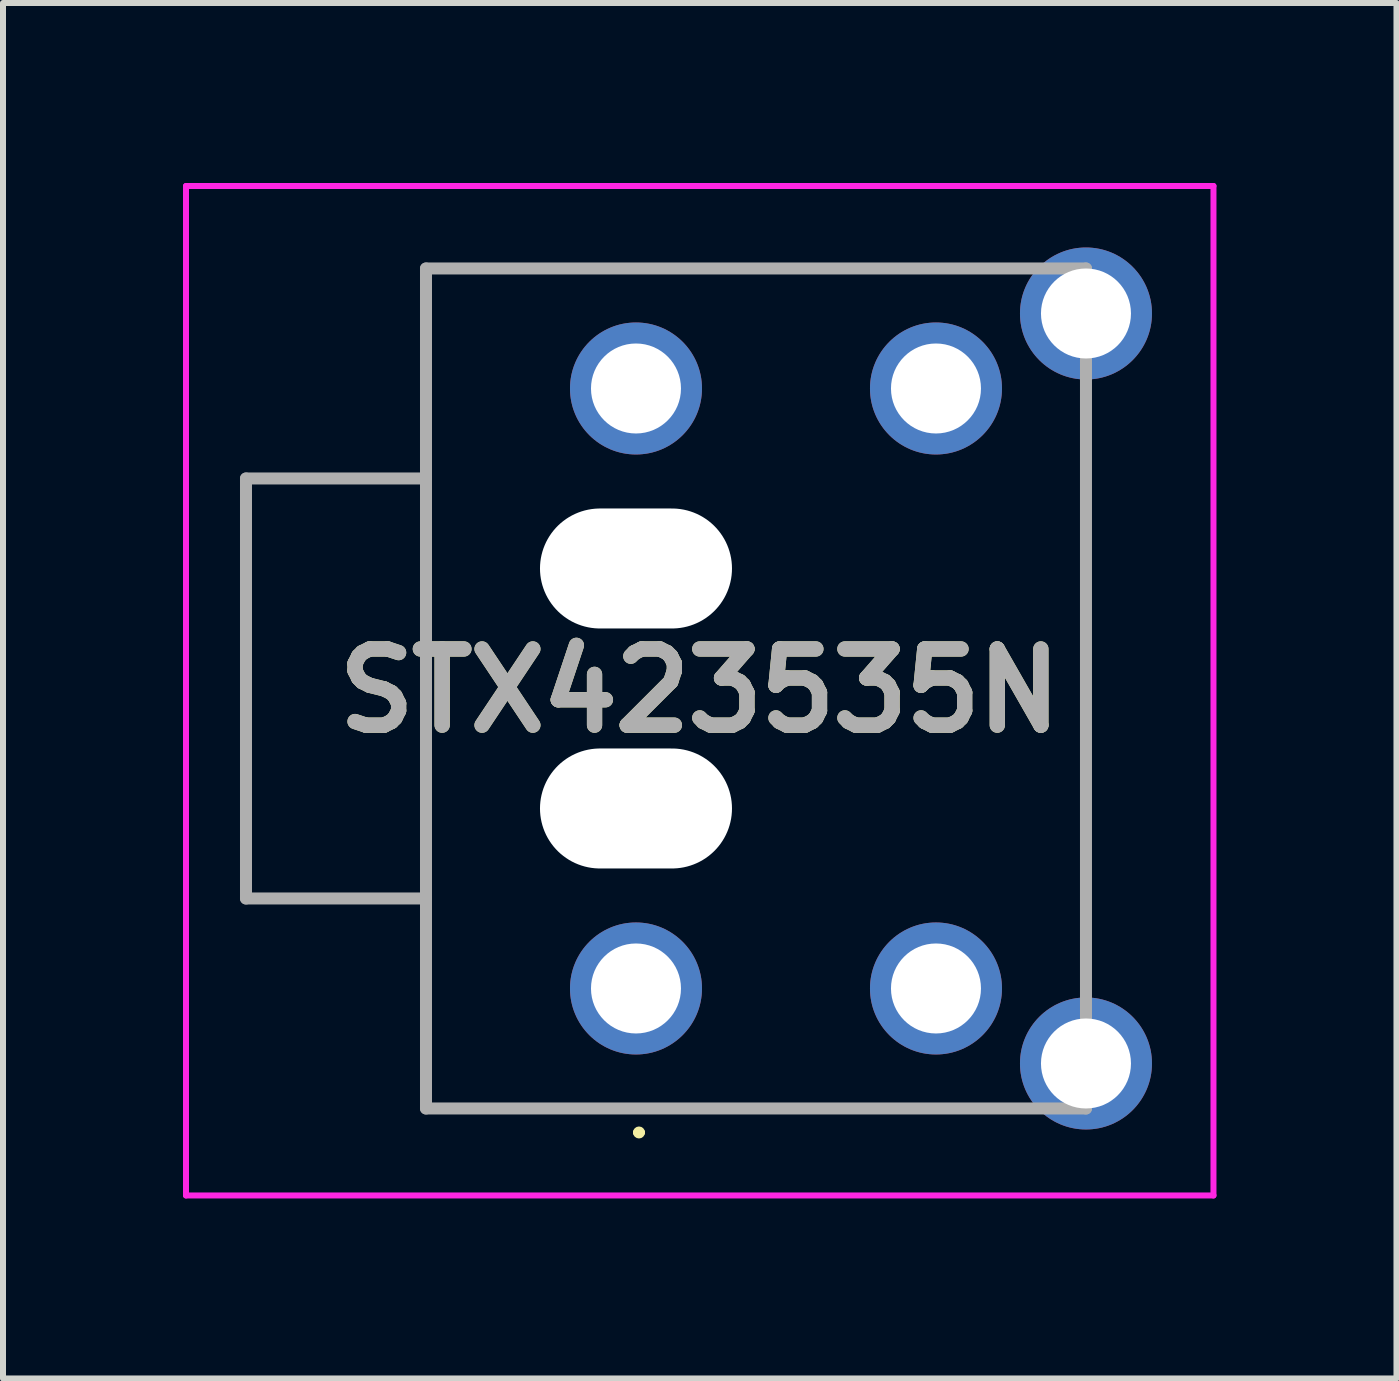
<source format=kicad_pcb>
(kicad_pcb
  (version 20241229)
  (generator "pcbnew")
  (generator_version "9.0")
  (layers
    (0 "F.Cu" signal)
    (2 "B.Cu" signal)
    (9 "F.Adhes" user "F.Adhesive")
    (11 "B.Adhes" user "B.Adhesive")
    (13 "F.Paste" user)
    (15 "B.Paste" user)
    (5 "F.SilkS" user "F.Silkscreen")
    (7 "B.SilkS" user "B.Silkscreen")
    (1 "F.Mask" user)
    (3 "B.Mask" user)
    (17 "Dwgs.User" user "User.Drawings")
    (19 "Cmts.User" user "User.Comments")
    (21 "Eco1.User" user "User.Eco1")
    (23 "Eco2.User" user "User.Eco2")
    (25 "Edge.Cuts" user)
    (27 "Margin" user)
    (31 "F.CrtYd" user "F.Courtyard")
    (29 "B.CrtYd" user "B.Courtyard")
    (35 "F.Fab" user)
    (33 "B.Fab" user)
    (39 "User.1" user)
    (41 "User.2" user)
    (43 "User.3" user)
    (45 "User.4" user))
  (footprint "STX423535N"
    (layer "F.Cu")
    (at 7.55 8.425)
    (property "Reference" "STX423535N" (at 1.063 0.037 0) (layer "F.SilkS") (effects (font (size 1.27 1.27) (thickness 0.254))))
    (attr through_hole)
    (fp_line (start -6.5 -3.5) (end -6.5 3.5) (stroke (width 0.1) (type solid)) (layer "F.SilkS"))
    (fp_line (start -6.5 3.5) (end -3.5 3.5) (stroke (width 0.1) (type solid)) (layer "F.SilkS"))
    (fp_line (start -3.6 -3.5) (end -6.5 -3.5) (stroke (width 0.1) (type solid)) (layer "F.SilkS"))
    (fp_line (start -3.5 -7) (end -3.5 7) (stroke (width 0.1) (type solid)) (layer "F.SilkS"))
    (fp_line (start -3.5 7) (end 6.2 7) (stroke (width 0.1) (type solid)) (layer "F.SilkS"))
    (fp_line (start 0 7.4) (end 0 7.4) (stroke (width 0.1) (type solid)) (layer "F.SilkS"))
    (fp_line (start 0.1 7.4) (end 0.1 7.4) (stroke (width 0.1) (type solid)) (layer "F.SilkS"))
    (fp_line (start 6.2 -7) (end -3.5 -7) (stroke (width 0.1) (type solid)) (layer "F.SilkS"))
    (fp_line (start 7.5 -4.8) (end 7.5 4.8) (stroke (width 0.1) (type solid)) (layer "F.SilkS"))
    (fp_arc (start 0 7.4) (mid 0.05 7.35) (end 0.1 7.4) (stroke (width 0.1) (type solid)) (layer "F.SilkS"))
    (fp_arc (start 0.1 7.4) (mid 0.05 7.45) (end 0 7.4) (stroke (width 0.1) (type solid)) (layer "F.SilkS"))
    (fp_line (start -7.5 -8.375) (end 9.625 -8.375) (stroke (width 0.1) (type solid)) (layer "F.CrtYd"))
    (fp_line (start -7.5 8.45) (end -7.5 -8.375) (stroke (width 0.1) (type solid)) (layer "F.CrtYd"))
    (fp_line (start 9.625 -8.375) (end 9.625 8.45) (stroke (width 0.1) (type solid)) (layer "F.CrtYd"))
    (fp_line (start 9.625 8.45) (end -7.5 8.45) (stroke (width 0.1) (type solid)) (layer "F.CrtYd"))
    (fp_line (start -6.5 -3.5) (end -6.5 3.5) (stroke (width 0.2) (type solid)) (layer "F.Fab"))
    (fp_line (start -6.5 3.5) (end -3.5 3.5) (stroke (width 0.2) (type solid)) (layer "F.Fab"))
    (fp_line (start -3.5 -7) (end 7.5 -7) (stroke (width 0.2) (type solid)) (layer "F.Fab"))
    (fp_line (start -3.5 -3.5) (end -6.5 -3.5) (stroke (width 0.2) (type solid)) (layer "F.Fab"))
    (fp_line (start -3.5 7) (end -3.5 -7) (stroke (width 0.2) (type solid)) (layer "F.Fab"))
    (fp_line (start 7.5 -7) (end 7.5 7) (stroke (width 0.2) (type solid)) (layer "F.Fab"))
    (fp_line (start 7.5 7) (end -3.5 7) (stroke (width 0.2) (type solid)) (layer "F.Fab"))
    (fp_text user "${REFERENCE}" (at 1.063 0.037 0) (layer "F.Fab") (effects (font (size 1.27 1.27) (thickness 0.254))))
    (pad "" np_thru_hole oval (at 0 -2) (size 3.2 2) (drill oval 3.2 2) (layers "*.Cu" "*.Mask"))
    (pad "" np_thru_hole oval (at 0 2) (size 3.2 2) (drill oval 3.2 2) (layers "*.Cu" "*.Mask"))
    (pad "A1" thru_hole circle (at 0 5) (size 2.2 2.2) (drill 1.5) (layers "*.Cu" "*.Mask"))
    (pad "A2" thru_hole circle (at 7.5 6.25) (size 2.2 2.2) (drill 1.5) (layers "*.Cu" "*.Mask"))
    (pad "A5" thru_hole circle (at 7.5 -6.25) (size 2.2 2.2) (drill 1.5) (layers "*.Cu" "*.Mask"))
    (pad "B1" thru_hole circle (at 0 -5) (size 2.2 2.2) (drill 1.5) (layers "*.Cu" "*.Mask"))
    (pad "B2" thru_hole circle (at 5 -5) (size 2.2 2.2) (drill 1.5) (layers "*.Cu" "*.Mask"))
    (pad "B5" thru_hole circle (at 5 5) (size 2.2 2.2) (drill 1.5) (layers "*.Cu" "*.Mask")))
  (gr_rect
    (start -3 -3)
    (end 20.225 19.925)
    (stroke (width 0.1) (type default))
    (fill no)
    (layer "Edge.Cuts")))
</source>
